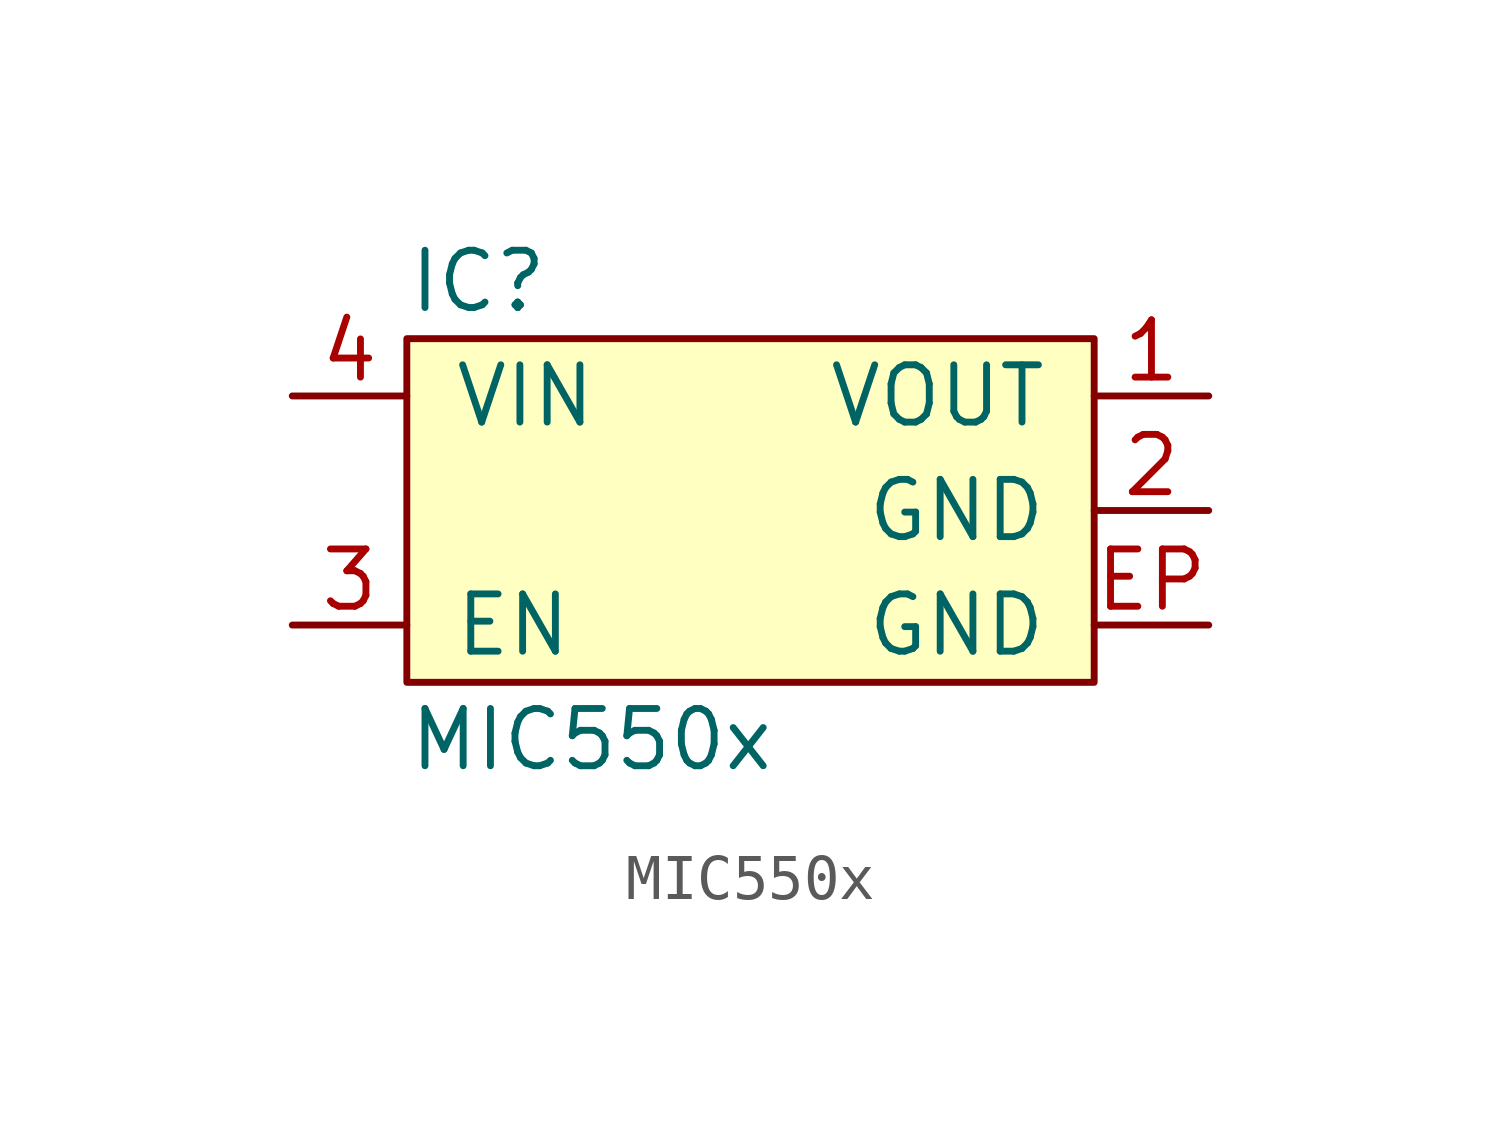
<source format=kicad_sym>
(kicad_symbol_lib
  (version 20211014)
  (generator agg_kicad.build_lib_ic)
  (symbol "MIC550x"
    (pin_names
      (offset 1.016))
    (property Reference IC
      (at -7.62 5.08 0)
      (effects (font (size 1.27 1.27)) (justify left)))
    (property Value "MIC550x"
      (at -7.62 -5.08 0)
      (effects (font (size 1.27 1.27)) (justify left)))
    (symbol "MIC550x_0_0"
      (rectangle (start -7.62 3.81) (end 7.62 -3.81) (stroke (width 0) (type default) (color 0 0 0 0)) (fill (type background)))
      (pin power_in line (at -10.16 2.54 0) (length 2.54) (name VIN (effects (font (size 1.27 1.27)))) (number "4" (effects (font (size 1.27 1.27)))))
      (pin input line (at -10.16 -2.54 0) (length 2.54) (name EN (effects (font (size 1.27 1.27)))) (number "3" (effects (font (size 1.27 1.27)))))
      (pin power_out line (at 10.16 2.54 180) (length 2.54) (name VOUT (effects (font (size 1.27 1.27)))) (number "1" (effects (font (size 1.27 1.27)))))
      (pin power_in line (at 10.16 0 180) (length 2.54) (name GND (effects (font (size 1.27 1.27)))) (number "2" (effects (font (size 1.27 1.27)))))
      (pin power_in line (at 10.16 -2.54 180) (length 2.54) (name GND (effects (font (size 1.27 1.27)))) (number EP (effects (font (size 1.27 1.27))))))))
</source>
